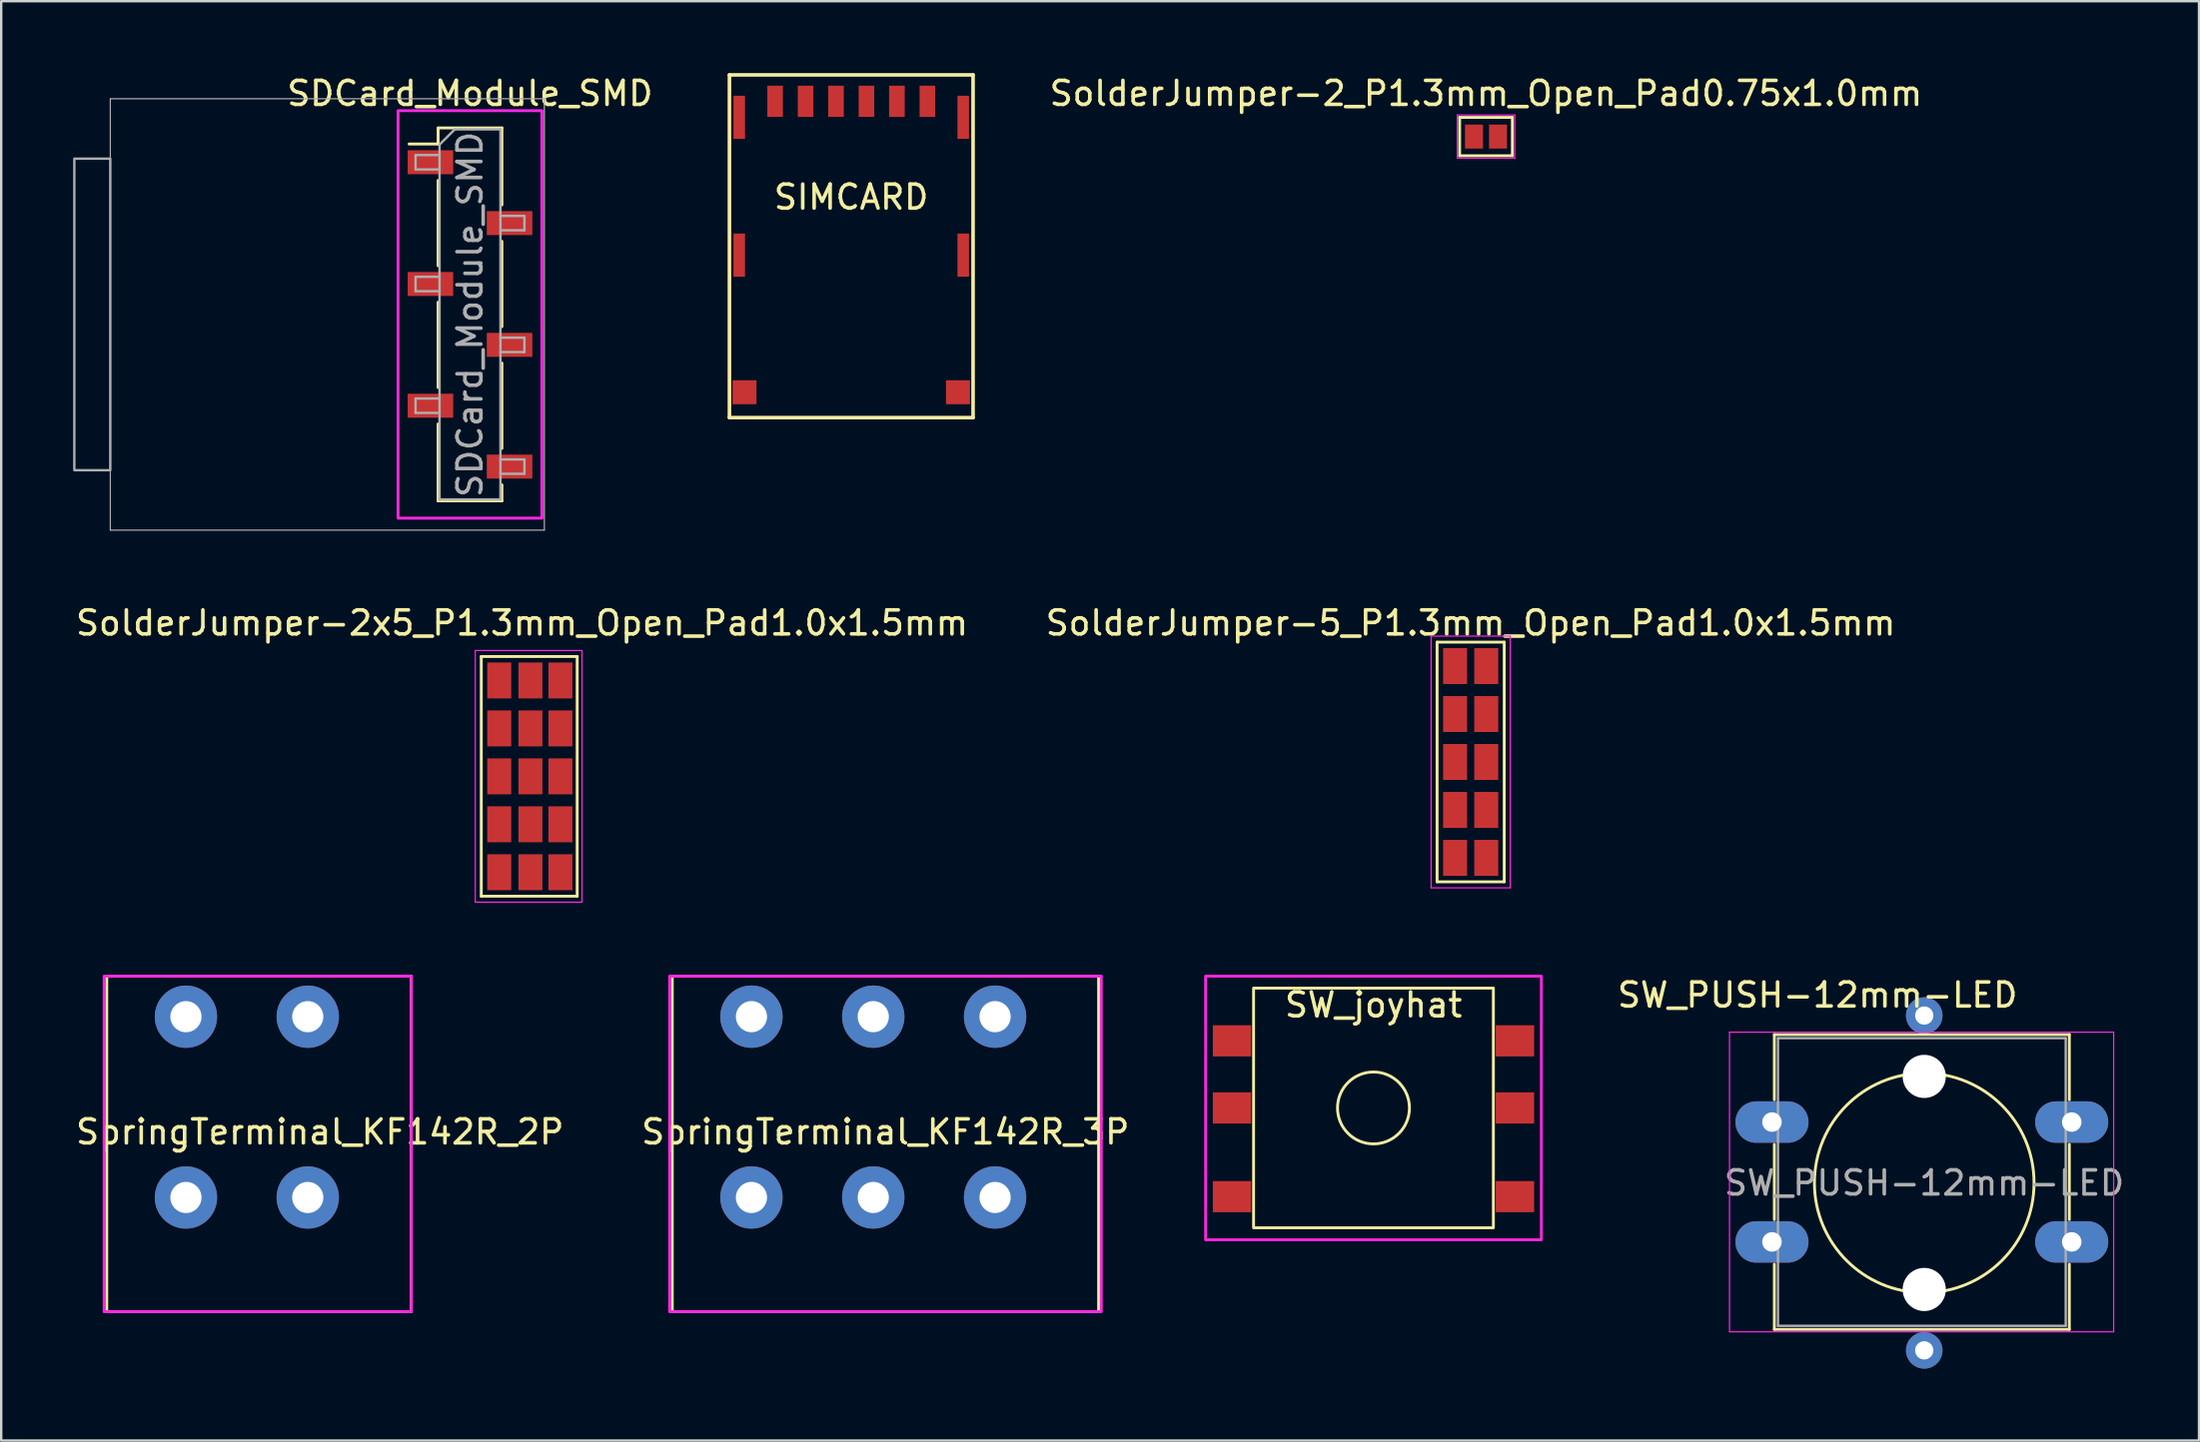
<source format=kicad_pcb>
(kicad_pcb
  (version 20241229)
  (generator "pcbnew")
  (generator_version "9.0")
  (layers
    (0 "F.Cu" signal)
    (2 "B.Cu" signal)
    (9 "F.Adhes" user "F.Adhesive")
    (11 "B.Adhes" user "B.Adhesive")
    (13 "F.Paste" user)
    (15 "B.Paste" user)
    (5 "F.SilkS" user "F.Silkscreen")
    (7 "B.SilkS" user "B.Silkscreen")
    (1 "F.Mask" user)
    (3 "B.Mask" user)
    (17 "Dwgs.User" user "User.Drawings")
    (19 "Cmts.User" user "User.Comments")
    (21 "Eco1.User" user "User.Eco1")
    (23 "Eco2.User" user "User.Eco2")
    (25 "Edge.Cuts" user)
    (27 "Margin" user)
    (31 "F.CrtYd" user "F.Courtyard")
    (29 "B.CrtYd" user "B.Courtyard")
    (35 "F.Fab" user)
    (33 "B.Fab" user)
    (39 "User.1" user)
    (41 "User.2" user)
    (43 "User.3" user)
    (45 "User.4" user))
  (footprint "SolderJumper-2_P1.3mm_Open_Pad0.75x1.0mm"
    (layer "F.Cu")
    (at 58.92 2.648)
    (property "Reference" "SolderJumper-2_P1.3mm_Open_Pad0.75x1.0mm" (at 0 -1.8 0) (layer "F.SilkS") (effects (font (size 1 1) (thickness 0.15))))
    (attr exclude_from_pos_files exclude_from_bom)
    (fp_line (start -1.1 -0.8) (end 1.1 -0.8) (stroke (width 0.12) (type solid)) (layer "F.SilkS"))
    (fp_line (start -1.1 0.8) (end -1.1 -0.8) (stroke (width 0.12) (type solid)) (layer "F.SilkS"))
    (fp_line (start 1.1 -0.8) (end 1.1 0.8) (stroke (width 0.12) (type solid)) (layer "F.SilkS"))
    (fp_line (start 1.1 0.8) (end -1.1 0.8) (stroke (width 0.12) (type solid)) (layer "F.SilkS"))
    (fp_line (start -1.2 -0.9) (end -1.2 0.9) (stroke (width 0.05) (type solid)) (layer "F.CrtYd"))
    (fp_line (start -1.2 -0.9) (end 1.2 -0.9) (stroke (width 0.05) (type solid)) (layer "F.CrtYd"))
    (fp_line (start 1.2 0.9) (end -1.2 0.9) (stroke (width 0.05) (type solid)) (layer "F.CrtYd"))
    (fp_line (start 1.2 0.9) (end 1.2 -0.9) (stroke (width 0.05) (type solid)) (layer "F.CrtYd"))
    (pad "1" smd rect (at -0.5 0) (size 0.75 1) (layers "F.Cu" "F.Mask"))
    (pad "2" smd rect (at 0.5 0) (size 0.75 1) (layers "F.Cu" "F.Mask")))
  (footprint "SolderJumper-5_P1.3mm_Open_Pad1.0x1.5mm"
    (layer "F.Cu")
    (at 58.28 24.741)
    (property "Reference" "SolderJumper-5_P1.3mm_Open_Pad1.0x1.5mm" (at 0 -1.8 0) (layer "F.SilkS") (effects (font (size 1 1) (thickness 0.15))))
    (attr exclude_from_pos_files exclude_from_bom)
    (fp_line (start -1.4 -1) (end 1.4 -1) (stroke (width 0.12) (type solid)) (layer "F.SilkS"))
    (fp_line (start -1.4 9) (end -1.4 -1) (stroke (width 0.12) (type solid)) (layer "F.SilkS"))
    (fp_line (start 1.4 -1) (end 1.4 9) (stroke (width 0.12) (type solid)) (layer "F.SilkS"))
    (fp_line (start 1.4 9) (end -1.4 9) (stroke (width 0.12) (type solid)) (layer "F.SilkS"))
    (fp_line (start -1.65 -1.25) (end -1.65 9.25) (stroke (width 0.05) (type solid)) (layer "F.CrtYd"))
    (fp_line (start -1.65 -1.25) (end 1.65 -1.25) (stroke (width 0.05) (type solid)) (layer "F.CrtYd"))
    (fp_line (start 1.65 9.25) (end -1.65 9.25) (stroke (width 0.05) (type solid)) (layer "F.CrtYd"))
    (fp_line (start 1.65 9.25) (end 1.65 -1.25) (stroke (width 0.05) (type solid)) (layer "F.CrtYd"))
    (pad "1" smd rect (at -0.65 0) (size 1 1.5) (layers "F.Cu" "F.Mask"))
    (pad "1" smd rect (at -0.65 2) (size 1 1.5) (layers "F.Cu" "F.Mask"))
    (pad "1" smd rect (at -0.65 4) (size 1 1.5) (layers "F.Cu" "F.Mask"))
    (pad "1" smd rect (at -0.65 6) (size 1 1.5) (layers "F.Cu" "F.Mask"))
    (pad "1" smd rect (at -0.65 8) (size 1 1.5) (layers "F.Cu" "F.Mask"))
    (pad "2" smd rect (at 0.65 0) (size 1 1.5) (layers "F.Cu" "F.Mask"))
    (pad "3" smd rect (at 0.65 2) (size 1 1.5) (layers "F.Cu" "F.Mask"))
    (pad "4" smd rect (at 0.65 4) (size 1 1.5) (layers "F.Cu" "F.Mask"))
    (pad "5" smd rect (at 0.65 6) (size 1 1.5) (layers "F.Cu" "F.Mask"))
    (pad "6" smd rect (at 0.65 8) (size 1 1.5) (layers "F.Cu" "F.Mask")))
  (footprint "SW_PUSH-12mm-LED"
    (layer "F.Cu")
    (at 70.845 43.765)
    (property "Reference" "SW_PUSH-12mm-LED" (at 1.9 -5.3 0) (layer "F.SilkS") (effects (font (size 1 1) (thickness 0.15))))
    (attr through_hole)
    (fp_line (start 0.1 -3.65) (end 12.4 -3.65) (stroke (width 0.12) (type solid)) (layer "F.SilkS"))
    (fp_line (start 0.1 -0.93) (end 0.1 -3.65) (stroke (width 0.12) (type solid)) (layer "F.SilkS"))
    (fp_line (start 0.1 4.07) (end 0.1 0.93) (stroke (width 0.12) (type solid)) (layer "F.SilkS"))
    (fp_line (start 0.1 8.65) (end 0.1 5.93) (stroke (width 0.12) (type solid)) (layer "F.SilkS"))
    (fp_line (start 12.4 -3.65) (end 12.4 -0.93) (stroke (width 0.12) (type solid)) (layer "F.SilkS"))
    (fp_line (start 12.4 0.93) (end 12.4 4.07) (stroke (width 0.12) (type solid)) (layer "F.SilkS"))
    (fp_line (start 12.4 5.93) (end 12.4 8.65) (stroke (width 0.12) (type solid)) (layer "F.SilkS"))
    (fp_line (start 12.4 8.65) (end 0.1 8.65) (stroke (width 0.12) (type solid)) (layer "F.SilkS"))
    (fp_circle (center 6.35 2.54) (end 10.16 5.08) (stroke (width 0.12) (type solid)) (fill no) (layer "F.SilkS"))
    (fp_line (start -1.77 -3.75) (end -1.77 8.75) (stroke (width 0.05) (type solid)) (layer "F.CrtYd"))
    (fp_line (start -1.77 -3.75) (end 14.25 -3.75) (stroke (width 0.05) (type solid)) (layer "F.CrtYd"))
    (fp_line (start 14.25 8.75) (end -1.77 8.75) (stroke (width 0.05) (type solid)) (layer "F.CrtYd"))
    (fp_line (start 14.25 8.75) (end 14.25 -3.75) (stroke (width 0.05) (type solid)) (layer "F.CrtYd"))
    (fp_line (start 0.25 -3.5) (end 0.25 8.5) (stroke (width 0.1) (type solid)) (layer "F.Fab"))
    (fp_line (start 0.25 -3.5) (end 12.25 -3.5) (stroke (width 0.1) (type solid)) (layer "F.Fab"))
    (fp_line (start 0.25 8.5) (end 12.25 8.5) (stroke (width 0.1) (type solid)) (layer "F.Fab"))
    (fp_line (start 12.25 -3.5) (end 12.25 8.5) (stroke (width 0.1) (type solid)) (layer "F.Fab"))
    (fp_text user "${REFERENCE}" (at 6.35 2.54 0) (layer "F.Fab") (effects (font (size 1 1) (thickness 0.15))))
    (pad "" np_thru_hole circle (at 6.35 -1.905) (size 1.8 1.8) (drill 1.8) (layers "*.Cu" "*.Mask"))
    (pad "" np_thru_hole circle (at 6.35 6.985) (size 1.8 1.8) (drill 1.8) (layers "*.Cu" "*.Mask"))
    (pad "1" thru_hole oval (at 0 0) (size 3.048 1.727) (drill 0.813) (layers "*.Cu" "*.Mask"))
    (pad "1" thru_hole oval (at 12.5 0) (size 3.048 1.727) (drill 0.813) (layers "*.Cu" "*.Mask"))
    (pad "2" thru_hole oval (at 0 5) (size 3.048 1.727) (drill 0.813) (layers "*.Cu" "*.Mask"))
    (pad "2" thru_hole oval (at 12.5 5) (size 3.048 1.727) (drill 0.813) (layers "*.Cu" "*.Mask"))
    (pad "3" thru_hole circle (at 6.35 9.525) (size 1.524 1.524) (drill 0.762) (layers "*.Cu" "*.Mask"))
    (pad "4" thru_hole circle (at 6.35 -4.445) (size 1.524 1.524) (drill 0.762) (layers "*.Cu" "*.Mask")))
  (footprint "SW_joyhat"
    (layer "F.Cu")
    (at 54.227 43.176)
    (property "Reference" "SW_joyhat" (at 0 -4.3 0) (layer "F.SilkS") (effects (font (size 1 1) (thickness 0.15))))
    (attr smd)
    (fp_rect (start -5 5) (end 5 -5) (stroke (width 0.12) (type solid)) (fill no) (layer "F.SilkS"))
    (fp_circle (center 0 0) (end 1.5 0) (stroke (width 0.12) (type solid)) (fill no) (layer "F.SilkS"))
    (fp_rect (start -7 5.5) (end 7 -5.5) (stroke (width 0.12) (type solid)) (fill no) (layer "F.CrtYd"))
    (pad "1" smd rect (at -5.9 -2.8 180) (size 1.6 1.3) (layers "F.Cu" "F.Mask" "F.Paste"))
    (pad "2" smd rect (at -5.9 0 180) (size 1.6 1.3) (layers "F.Cu" "F.Mask" "F.Paste"))
    (pad "3" smd rect (at -5.9 3.7 180) (size 1.6 1.3) (layers "F.Cu" "F.Mask" "F.Paste"))
    (pad "4" smd rect (at 5.9 3.7 180) (size 1.6 1.3) (layers "F.Cu" "F.Mask" "F.Paste"))
    (pad "5" smd rect (at 5.9 0 180) (size 1.6 1.3) (layers "F.Cu" "F.Mask" "F.Paste"))
    (pad "6" smd rect (at 5.9 -2.8 180) (size 1.6 1.3) (layers "F.Cu" "F.Mask" "F.Paste")))
  (footprint "SDCard_Module_SMD"
    (layer "F.Cu")
    (at 16.55 10.068)
    (property "Reference" "SDCard_Module_SMD" (at 0 -9.22 0) (layer "F.SilkS") (effects (font (size 1 1) (thickness 0.15))))
    (attr smd)
    (fp_line (start -2.54 -7.11) (end -1.33 -7.11) (stroke (width 0.12) (type solid)) (layer "F.SilkS"))
    (fp_line (start -1.33 -7.78) (end -1.33 -7.11) (stroke (width 0.12) (type solid)) (layer "F.SilkS"))
    (fp_line (start -1.33 -7.78) (end 1.33 -7.78) (stroke (width 0.12) (type solid)) (layer "F.SilkS"))
    (fp_line (start -1.33 -5.59) (end -1.33 -2.03) (stroke (width 0.12) (type solid)) (layer "F.SilkS"))
    (fp_line (start -1.33 -0.51) (end -1.33 3.05) (stroke (width 0.12) (type solid)) (layer "F.SilkS"))
    (fp_line (start -1.33 4.57) (end -1.33 7.78) (stroke (width 0.12) (type solid)) (layer "F.SilkS"))
    (fp_line (start -1.33 7.78) (end 1.33 7.78) (stroke (width 0.12) (type solid)) (layer "F.SilkS"))
    (fp_line (start 1.33 -7.78) (end 1.33 -4.57) (stroke (width 0.12) (type solid)) (layer "F.SilkS"))
    (fp_line (start 1.33 -3.05) (end 1.33 0.51) (stroke (width 0.12) (type solid)) (layer "F.SilkS"))
    (fp_line (start 1.33 2.03) (end 1.33 5.59) (stroke (width 0.12) (type solid)) (layer "F.SilkS"))
    (fp_line (start 1.33 7.11) (end 1.33 7.78) (stroke (width 0.12) (type solid)) (layer "F.SilkS"))
    (fp_rect (start -3 8.5) (end 3 -8.5) (stroke (width 0.12) (type solid)) (fill no) (layer "F.CrtYd"))
    (fp_line (start -15 -9) (end 3.1 -9) (stroke (width 0.05) (type solid)) (layer "F.Fab"))
    (fp_line (start -15 9) (end -15 -9) (stroke (width 0.05) (type solid)) (layer "F.Fab"))
    (fp_line (start -2.27 -6.65) (end -1.27 -6.65) (stroke (width 0.1) (type solid)) (layer "F.Fab"))
    (fp_line (start -2.27 -6.05) (end -2.27 -6.65) (stroke (width 0.1) (type solid)) (layer "F.Fab"))
    (fp_line (start -2.27 -1.57) (end -1.27 -1.57) (stroke (width 0.1) (type solid)) (layer "F.Fab"))
    (fp_line (start -2.27 -0.97) (end -2.27 -1.57) (stroke (width 0.1) (type solid)) (layer "F.Fab"))
    (fp_line (start -2.27 3.51) (end -1.27 3.51) (stroke (width 0.1) (type solid)) (layer "F.Fab"))
    (fp_line (start -2.27 4.11) (end -2.27 3.51) (stroke (width 0.1) (type solid)) (layer "F.Fab"))
    (fp_line (start -1.27 -7.085) (end -0.635 -7.72) (stroke (width 0.1) (type solid)) (layer "F.Fab"))
    (fp_line (start -1.27 -6.05) (end -2.27 -6.05) (stroke (width 0.1) (type solid)) (layer "F.Fab"))
    (fp_line (start -1.27 -0.97) (end -2.27 -0.97) (stroke (width 0.1) (type solid)) (layer "F.Fab"))
    (fp_line (start -1.27 4.11) (end -2.27 4.11) (stroke (width 0.1) (type solid)) (layer "F.Fab"))
    (fp_line (start -1.27 7.72) (end -1.27 -7.085) (stroke (width 0.1) (type solid)) (layer "F.Fab"))
    (fp_line (start -0.635 -7.72) (end 1.27 -7.72) (stroke (width 0.1) (type solid)) (layer "F.Fab"))
    (fp_line (start 1.27 -7.72) (end 1.27 7.72) (stroke (width 0.1) (type solid)) (layer "F.Fab"))
    (fp_line (start 1.27 -4.11) (end 2.27 -4.11) (stroke (width 0.1) (type solid)) (layer "F.Fab"))
    (fp_line (start 1.27 0.97) (end 2.27 0.97) (stroke (width 0.1) (type solid)) (layer "F.Fab"))
    (fp_line (start 1.27 6.05) (end 2.27 6.05) (stroke (width 0.1) (type solid)) (layer "F.Fab"))
    (fp_line (start 1.27 7.72) (end -1.27 7.72) (stroke (width 0.1) (type solid)) (layer "F.Fab"))
    (fp_line (start 2.27 -4.11) (end 2.27 -3.51) (stroke (width 0.1) (type solid)) (layer "F.Fab"))
    (fp_line (start 2.27 -3.51) (end 1.27 -3.51) (stroke (width 0.1) (type solid)) (layer "F.Fab"))
    (fp_line (start 2.27 0.97) (end 2.27 1.57) (stroke (width 0.1) (type solid)) (layer "F.Fab"))
    (fp_line (start 2.27 1.57) (end 1.27 1.57) (stroke (width 0.1) (type solid)) (layer "F.Fab"))
    (fp_line (start 2.27 6.05) (end 2.27 6.65) (stroke (width 0.1) (type solid)) (layer "F.Fab"))
    (fp_line (start 2.27 6.65) (end 1.27 6.65) (stroke (width 0.1) (type solid)) (layer "F.Fab"))
    (fp_line (start 3.1 -9) (end 3.1 9) (stroke (width 0.05) (type solid)) (layer "F.Fab"))
    (fp_line (start 3.1 9) (end -15 9) (stroke (width 0.05) (type solid)) (layer "F.Fab"))
    (fp_rect (start -15 -6.5) (end -16.5 6.5) (stroke (width 0.1) (type solid)) (fill no) (layer "F.Fab"))
    (fp_text user "${REFERENCE}" (at 0 0 90) (layer "F.Fab") (effects (font (size 1 1) (thickness 0.15))))
    (pad "1" smd rect (at -1.65 -6.35) (size 1.9 1) (layers "F.Cu" "F.Mask" "F.Paste"))
    (pad "2" smd rect (at 1.65 -3.81) (size 1.9 1) (layers "F.Cu" "F.Mask" "F.Paste"))
    (pad "3" smd rect (at -1.65 -1.27) (size 1.9 1) (layers "F.Cu" "F.Mask" "F.Paste"))
    (pad "4" smd rect (at 1.65 1.27) (size 1.9 1) (layers "F.Cu" "F.Mask" "F.Paste"))
    (pad "5" smd rect (at -1.65 3.81) (size 1.9 1) (layers "F.Cu" "F.Mask" "F.Paste"))
    (pad "6" smd rect (at 1.65 6.35) (size 1.9 1) (layers "F.Cu" "F.Mask" "F.Paste")))
  (footprint "SpringTerminal_KF142R_2P"
    (layer "F.Cu")
    (at 7.498 44.565)
    (property "Reference" "SpringTerminal_KF142R_2P" (at 2.794 -0.388 0) (unlocked yes) (layer "F.SilkS") (effects (font (size 1 1) (thickness 0.15))))
    (attr through_hole)
    (fp_rect (start -6.096 -6.888) (end 6.604 7.112) (stroke (width 0.12) (type solid)) (fill no) (layer "F.SilkS"))
    (fp_rect (start -6.206 -6.888) (end 6.604 7.112) (stroke (width 0.12) (type solid)) (fill no) (layer "F.CrtYd"))
    (pad "1" thru_hole circle (at -2.794 -5.197) (size 2.6 2.6) (drill 1.3) (layers "*.Cu" "*.Mask"))
    (pad "1" thru_hole circle (at -2.794 2.347) (size 2.6 2.6) (drill 1.3) (layers "*.Cu" "*.Mask"))
    (pad "2" thru_hole circle (at 2.286 -5.197) (size 2.6 2.6) (drill 1.3) (layers "*.Cu" "*.Mask"))
    (pad "2" thru_hole circle (at 2.286 2.347) (size 2.6 2.6) (drill 1.3) (layers "*.Cu" "*.Mask")))
  (footprint "SolderJumper-2x5_P1.3mm_Open_Pad1.0x1.5mm"
    (layer "F.Cu")
    (at 18.42 25.341)
    (property "Reference" "SolderJumper-2x5_P1.3mm_Open_Pad1.0x1.5mm" (at 0.3 -2.4 0) (layer "F.SilkS") (effects (font (size 1 1) (thickness 0.15))))
    (attr exclude_from_pos_files exclude_from_bom)
    (fp_line (start -1.4 -1) (end 2.6 -1) (stroke (width 0.12) (type solid)) (layer "F.SilkS"))
    (fp_line (start -1.4 9) (end -1.4 -1) (stroke (width 0.12) (type solid)) (layer "F.SilkS"))
    (fp_line (start 2.6 -1) (end 2.6 9) (stroke (width 0.12) (type solid)) (layer "F.SilkS"))
    (fp_line (start 2.6 9) (end -1.4 9) (stroke (width 0.12) (type solid)) (layer "F.SilkS"))
    (fp_line (start -1.65 -1.25) (end -1.65 9.25) (stroke (width 0.05) (type solid)) (layer "F.CrtYd"))
    (fp_line (start -1.65 -1.25) (end 2.8 -1.25) (stroke (width 0.05) (type solid)) (layer "F.CrtYd"))
    (fp_line (start 2.8 9.25) (end -1.65 9.25) (stroke (width 0.05) (type solid)) (layer "F.CrtYd"))
    (fp_line (start 2.8 9.25) (end 2.8 -1.25) (stroke (width 0.05) (type solid)) (layer "F.CrtYd"))
    (pad "1" smd rect (at -0.65 0) (size 1 1.5) (layers "F.Cu" "F.Mask"))
    (pad "1" smd rect (at -0.65 2) (size 1 1.5) (layers "F.Cu" "F.Mask"))
    (pad "1" smd rect (at -0.65 4) (size 1 1.5) (layers "F.Cu" "F.Mask"))
    (pad "1" smd rect (at -0.65 6) (size 1 1.5) (layers "F.Cu" "F.Mask"))
    (pad "1" smd rect (at -0.65 8) (size 1 1.5) (layers "F.Cu" "F.Mask"))
    (pad "2" smd rect (at 0.65 0) (size 1 1.5) (layers "F.Cu" "F.Mask"))
    (pad "3" smd rect (at 0.65 2) (size 1 1.5) (layers "F.Cu" "F.Mask"))
    (pad "4" smd rect (at 0.65 4) (size 1 1.5) (layers "F.Cu" "F.Mask"))
    (pad "5" smd rect (at 0.65 6) (size 1 1.5) (layers "F.Cu" "F.Mask"))
    (pad "6" smd rect (at 0.65 8) (size 1 1.5) (layers "F.Cu" "F.Mask"))
    (pad "7" smd rect (at 1.9 0) (size 1 1.5) (layers "F.Cu" "F.Mask"))
    (pad "7" smd rect (at 1.9 2) (size 1 1.5) (layers "F.Cu" "F.Mask"))
    (pad "7" smd rect (at 1.9 4) (size 1 1.5) (layers "F.Cu" "F.Mask"))
    (pad "7" smd rect (at 1.9 6) (size 1 1.5) (layers "F.Cu" "F.Mask"))
    (pad "7" smd rect (at 1.9 8) (size 1 1.5) (layers "F.Cu" "F.Mask")))
  (footprint "SpringTerminal_KF142R_3P"
    (layer "F.Cu")
    (at 33.875 44.676)
    (property "Reference" "SpringTerminal_KF142R_3P" (at 0 -0.5 0) (unlocked yes) (layer "F.SilkS") (effects (font (size 1 1) (thickness 0.15))))
    (attr through_hole)
    (fp_rect (start -8.89 -7) (end 8.89 7) (stroke (width 0.12) (type solid)) (fill no) (layer "F.SilkS"))
    (fp_rect (start -9 -7) (end 9 7) (stroke (width 0.12) (type solid)) (fill no) (layer "F.CrtYd"))
    (pad "1" thru_hole circle (at -5.588 -5.309) (size 2.6 2.6) (drill 1.3) (layers "*.Cu" "*.Mask"))
    (pad "1" thru_hole circle (at -5.588 2.235) (size 2.6 2.6) (drill 1.3) (layers "*.Cu" "*.Mask"))
    (pad "2" thru_hole circle (at -0.508 -5.309) (size 2.6 2.6) (drill 1.3) (layers "*.Cu" "*.Mask"))
    (pad "2" thru_hole circle (at -0.508 2.235) (size 2.6 2.6) (drill 1.3) (layers "*.Cu" "*.Mask"))
    (pad "3" thru_hole circle (at 4.572 -5.309) (size 2.6 2.6) (drill 1.3) (layers "*.Cu" "*.Mask"))
    (pad "3" thru_hole circle (at 4.572 2.235) (size 2.6 2.6) (drill 1.3) (layers "*.Cu" "*.Mask")))
  (footprint "SIMCARD"
    (layer "F.Cu")
    (at 32.449 1.175)
    (property "Reference" "SIMCARD" (at 0 4 0) (layer "F.SilkS") (effects (font (size 1 1) (thickness 0.15))))
    (attr through_hole)
    (fp_line (start -5.08 -1.1) (end 5.08 -1.1) (stroke (width 0.15) (type solid)) (layer "F.SilkS"))
    (fp_line (start -5.08 13.2) (end -5.08 -1.1) (stroke (width 0.15) (type solid)) (layer "F.SilkS"))
    (fp_line (start 5.08 -1.1) (end 5.08 13.2) (stroke (width 0.15) (type solid)) (layer "F.SilkS"))
    (fp_line (start 5.08 13.2) (end -5.08 13.2) (stroke (width 0.15) (type solid)) (layer "F.SilkS"))
    (pad "" smd rect (at -4.67 0.67) (size 0.48 1.8) (layers "F.Cu" "F.Mask" "F.Paste"))
    (pad "" smd rect (at -4.67 6.42) (size 0.48 1.8) (layers "F.Cu" "F.Mask" "F.Paste"))
    (pad "" smd rect (at -4.45 12.14) (size 1 1) (layers "F.Cu" "F.Mask" "F.Paste"))
    (pad "" smd rect (at 4.45 12.14) (size 1 1) (layers "F.Cu" "F.Mask" "F.Paste"))
    (pad "" smd rect (at 4.67 0.67) (size 0.48 1.8) (layers "F.Cu" "F.Mask" "F.Paste"))
    (pad "" smd rect (at 4.67 6.42) (size 0.48 1.8) (layers "F.Cu" "F.Mask" "F.Paste"))
    (pad "1" smd rect (at 1.905 0) (size 0.65 1.3) (layers "F.Cu" "F.Mask" "F.Paste"))
    (pad "2" smd rect (at -0.635 0) (size 0.65 1.3) (layers "F.Cu" "F.Mask" "F.Paste"))
    (pad "3" smd rect (at -1.905 0) (size 0.65 1.3) (layers "F.Cu" "F.Mask" "F.Paste"))
    (pad "5" smd rect (at 3.175 0) (size 0.65 1.3) (layers "F.Cu" "F.Mask" "F.Paste"))
    (pad "6" smd rect (at 0.635 0) (size 0.65 1.3) (layers "F.Cu" "F.Mask" "F.Paste"))
    (pad "7" smd rect (at -3.175 0) (size 0.65 1.3) (layers "F.Cu" "F.Mask" "F.Paste")))
  (gr_rect
    (start -3 -3)
    (end 88.653 57.052)
    (stroke (width 0.1) (type default))
    (fill no)
    (layer "Edge.Cuts")))
</source>
